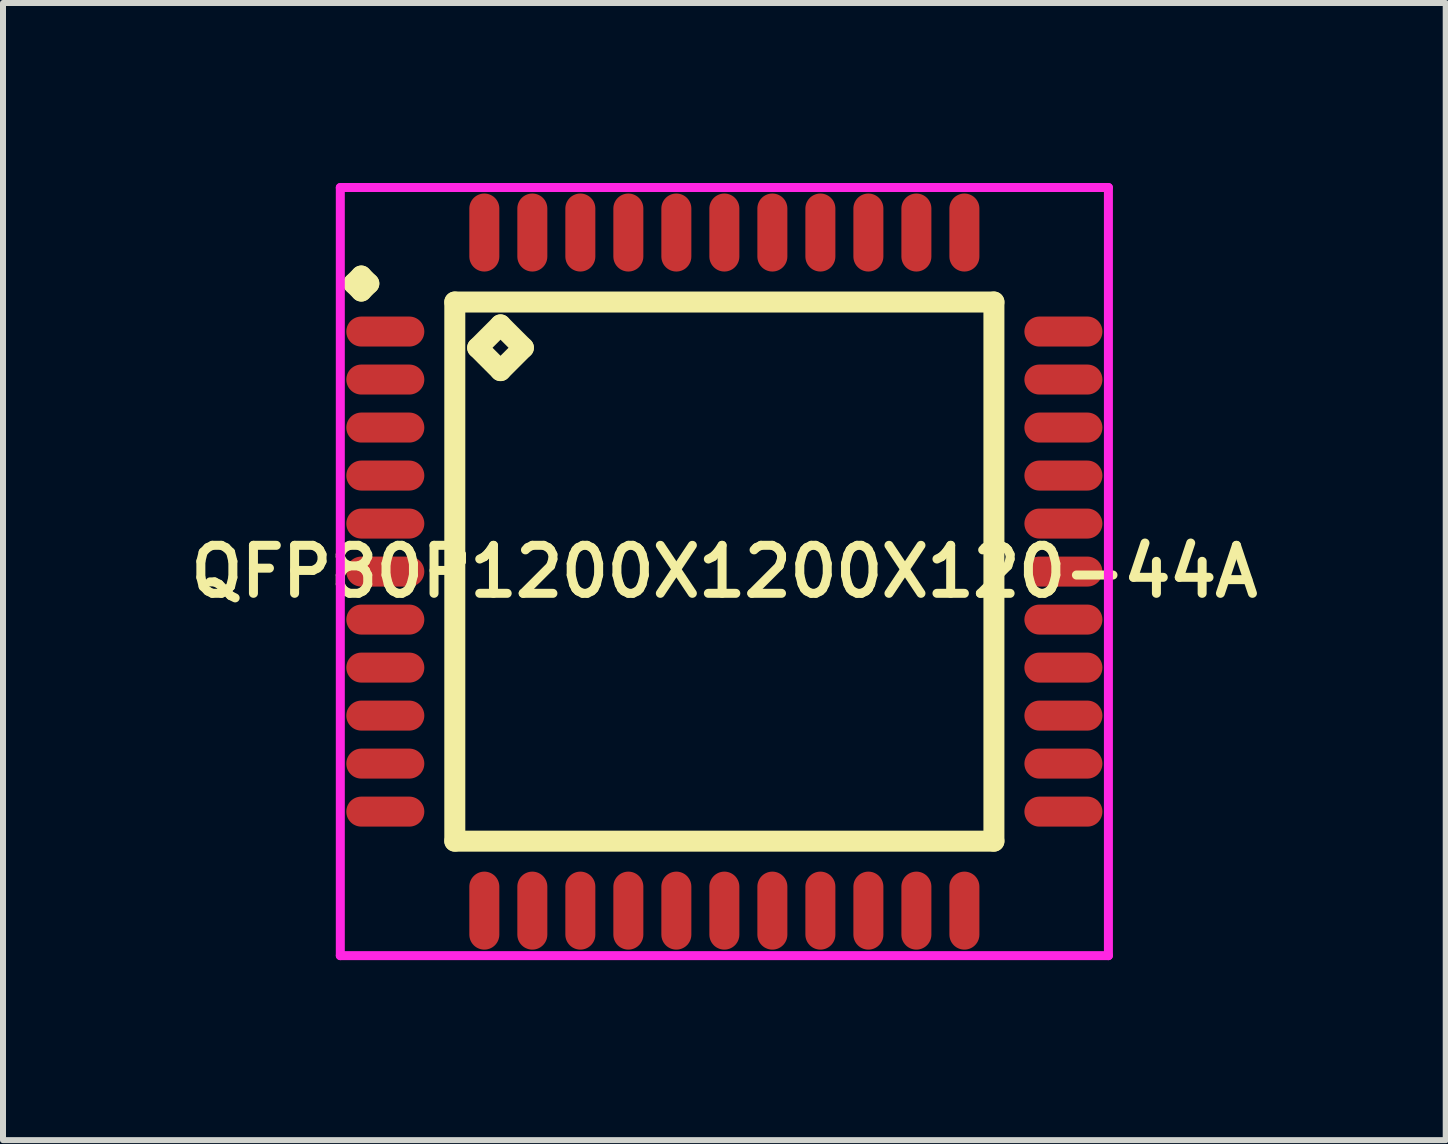
<source format=kicad_pcb>
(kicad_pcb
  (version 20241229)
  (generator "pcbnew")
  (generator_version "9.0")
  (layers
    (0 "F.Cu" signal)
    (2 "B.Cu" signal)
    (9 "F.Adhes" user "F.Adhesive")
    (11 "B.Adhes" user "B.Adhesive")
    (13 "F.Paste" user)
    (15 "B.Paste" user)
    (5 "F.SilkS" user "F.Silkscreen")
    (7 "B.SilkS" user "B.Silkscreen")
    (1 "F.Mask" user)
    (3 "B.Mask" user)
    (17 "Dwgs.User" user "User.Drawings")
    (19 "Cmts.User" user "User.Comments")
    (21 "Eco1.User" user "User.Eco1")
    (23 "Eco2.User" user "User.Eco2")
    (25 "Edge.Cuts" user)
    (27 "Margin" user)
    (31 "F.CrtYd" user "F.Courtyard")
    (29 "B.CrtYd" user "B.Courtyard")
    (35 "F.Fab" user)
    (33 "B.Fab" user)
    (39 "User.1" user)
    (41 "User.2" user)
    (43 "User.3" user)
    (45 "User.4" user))
  (footprint "QFP80P1200X1200X120-44A"
    (layer "F.Cu")
    (at 9.021 6.475)
    (property "Reference" "QFP80P1200X1200X120-44A" (at 0 0 0) (layer "F.SilkS") (effects (font (size 0.8 0.8) (thickness 0.15))))
    (attr smd)
    (fp_line (start -6.175 -4.8) (end -6.05 -4.925) (stroke (width 0.35) (type solid)) (layer "F.SilkS"))
    (fp_line (start -6.05 -4.925) (end -5.925 -4.8) (stroke (width 0.35) (type solid)) (layer "F.SilkS"))
    (fp_line (start -6.05 -4.675) (end -6.175 -4.8) (stroke (width 0.35) (type solid)) (layer "F.SilkS"))
    (fp_line (start -5.925 -4.8) (end -6.05 -4.675) (stroke (width 0.35) (type solid)) (layer "F.SilkS"))
    (fp_line (start -4.492 -4.492) (end -4.492 4.492) (stroke (width 0.35) (type solid)) (layer "F.SilkS"))
    (fp_line (start -4.492 4.492) (end 4.492 4.492) (stroke (width 0.35) (type solid)) (layer "F.SilkS"))
    (fp_line (start -4.111 -3.73) (end -3.73 -4.111) (stroke (width 0.35) (type solid)) (layer "F.SilkS"))
    (fp_line (start -3.73 -4.111) (end -3.349 -3.73) (stroke (width 0.35) (type solid)) (layer "F.SilkS"))
    (fp_line (start -3.73 -3.349) (end -4.111 -3.73) (stroke (width 0.35) (type solid)) (layer "F.SilkS"))
    (fp_line (start -3.349 -3.73) (end -3.73 -3.349) (stroke (width 0.35) (type solid)) (layer "F.SilkS"))
    (fp_line (start 4.492 -4.492) (end -4.492 -4.492) (stroke (width 0.35) (type solid)) (layer "F.SilkS"))
    (fp_line (start 4.492 4.492) (end 4.492 -4.492) (stroke (width 0.35) (type solid)) (layer "F.SilkS"))
    (fp_line (start -6.4 -6.4) (end 6.4 -6.4) (stroke (width 0.15) (type solid)) (layer "F.CrtYd"))
    (fp_line (start -6.4 6.4) (end -6.4 -6.4) (stroke (width 0.15) (type solid)) (layer "F.CrtYd"))
    (fp_line (start 6.4 -6.4) (end 6.4 6.4) (stroke (width 0.15) (type solid)) (layer "F.CrtYd"))
    (fp_line (start 6.4 6.4) (end -6.4 6.4) (stroke (width 0.15) (type solid)) (layer "F.CrtYd"))
    (pad "1" smd oval (at -5.65 -4) (size 1.3 0.5) (layers "F.Cu" "F.Mask" "F.Paste"))
    (pad "2" smd oval (at -5.65 -3.2) (size 1.3 0.5) (layers "F.Cu" "F.Mask" "F.Paste"))
    (pad "3" smd oval (at -5.65 -2.4) (size 1.3 0.5) (layers "F.Cu" "F.Mask" "F.Paste"))
    (pad "4" smd oval (at -5.65 -1.6) (size 1.3 0.5) (layers "F.Cu" "F.Mask" "F.Paste"))
    (pad "5" smd oval (at -5.65 -0.8) (size 1.3 0.5) (layers "F.Cu" "F.Mask" "F.Paste"))
    (pad "6" smd oval (at -5.65 0) (size 1.3 0.5) (layers "F.Cu" "F.Mask" "F.Paste"))
    (pad "7" smd oval (at -5.65 0.8) (size 1.3 0.5) (layers "F.Cu" "F.Mask" "F.Paste"))
    (pad "8" smd oval (at -5.65 1.6) (size 1.3 0.5) (layers "F.Cu" "F.Mask" "F.Paste"))
    (pad "9" smd oval (at -5.65 2.4) (size 1.3 0.5) (layers "F.Cu" "F.Mask" "F.Paste"))
    (pad "10" smd oval (at -5.65 3.2) (size 1.3 0.5) (layers "F.Cu" "F.Mask" "F.Paste"))
    (pad "11" smd oval (at -5.65 4) (size 1.3 0.5) (layers "F.Cu" "F.Mask" "F.Paste"))
    (pad "12" smd oval (at -4 5.65) (size 0.5 1.3) (layers "F.Cu" "F.Mask" "F.Paste"))
    (pad "13" smd oval (at -3.2 5.65) (size 0.5 1.3) (layers "F.Cu" "F.Mask" "F.Paste"))
    (pad "14" smd oval (at -2.4 5.65) (size 0.5 1.3) (layers "F.Cu" "F.Mask" "F.Paste"))
    (pad "15" smd oval (at -1.6 5.65) (size 0.5 1.3) (layers "F.Cu" "F.Mask" "F.Paste"))
    (pad "16" smd oval (at -0.8 5.65) (size 0.5 1.3) (layers "F.Cu" "F.Mask" "F.Paste"))
    (pad "17" smd oval (at 0 5.65) (size 0.5 1.3) (layers "F.Cu" "F.Mask" "F.Paste"))
    (pad "18" smd oval (at 0.8 5.65) (size 0.5 1.3) (layers "F.Cu" "F.Mask" "F.Paste"))
    (pad "19" smd oval (at 1.6 5.65) (size 0.5 1.3) (layers "F.Cu" "F.Mask" "F.Paste"))
    (pad "20" smd oval (at 2.4 5.65) (size 0.5 1.3) (layers "F.Cu" "F.Mask" "F.Paste"))
    (pad "21" smd oval (at 3.2 5.65) (size 0.5 1.3) (layers "F.Cu" "F.Mask" "F.Paste"))
    (pad "22" smd oval (at 4 5.65) (size 0.5 1.3) (layers "F.Cu" "F.Mask" "F.Paste"))
    (pad "23" smd oval (at 5.65 4) (size 1.3 0.5) (layers "F.Cu" "F.Mask" "F.Paste"))
    (pad "24" smd oval (at 5.65 3.2) (size 1.3 0.5) (layers "F.Cu" "F.Mask" "F.Paste"))
    (pad "25" smd oval (at 5.65 2.4) (size 1.3 0.5) (layers "F.Cu" "F.Mask" "F.Paste"))
    (pad "26" smd oval (at 5.65 1.6) (size 1.3 0.5) (layers "F.Cu" "F.Mask" "F.Paste"))
    (pad "27" smd oval (at 5.65 0.8) (size 1.3 0.5) (layers "F.Cu" "F.Mask" "F.Paste"))
    (pad "28" smd oval (at 5.65 0) (size 1.3 0.5) (layers "F.Cu" "F.Mask" "F.Paste"))
    (pad "29" smd oval (at 5.65 -0.8) (size 1.3 0.5) (layers "F.Cu" "F.Mask" "F.Paste"))
    (pad "30" smd oval (at 5.65 -1.6) (size 1.3 0.5) (layers "F.Cu" "F.Mask" "F.Paste"))
    (pad "31" smd oval (at 5.65 -2.4) (size 1.3 0.5) (layers "F.Cu" "F.Mask" "F.Paste"))
    (pad "32" smd oval (at 5.65 -3.2) (size 1.3 0.5) (layers "F.Cu" "F.Mask" "F.Paste"))
    (pad "33" smd oval (at 5.65 -4) (size 1.3 0.5) (layers "F.Cu" "F.Mask" "F.Paste"))
    (pad "34" smd oval (at 4 -5.65) (size 0.5 1.3) (layers "F.Cu" "F.Mask" "F.Paste"))
    (pad "35" smd oval (at 3.2 -5.65) (size 0.5 1.3) (layers "F.Cu" "F.Mask" "F.Paste"))
    (pad "36" smd oval (at 2.4 -5.65) (size 0.5 1.3) (layers "F.Cu" "F.Mask" "F.Paste"))
    (pad "37" smd oval (at 1.6 -5.65) (size 0.5 1.3) (layers "F.Cu" "F.Mask" "F.Paste"))
    (pad "38" smd oval (at 0.8 -5.65) (size 0.5 1.3) (layers "F.Cu" "F.Mask" "F.Paste"))
    (pad "39" smd oval (at 0 -5.65) (size 0.5 1.3) (layers "F.Cu" "F.Mask" "F.Paste"))
    (pad "40" smd oval (at -0.8 -5.65) (size 0.5 1.3) (layers "F.Cu" "F.Mask" "F.Paste"))
    (pad "41" smd oval (at -1.6 -5.65) (size 0.5 1.3) (layers "F.Cu" "F.Mask" "F.Paste"))
    (pad "42" smd oval (at -2.4 -5.65) (size 0.5 1.3) (layers "F.Cu" "F.Mask" "F.Paste"))
    (pad "43" smd oval (at -3.2 -5.65) (size 0.5 1.3) (layers "F.Cu" "F.Mask" "F.Paste"))
    (pad "44" smd oval (at -4 -5.65) (size 0.5 1.3) (layers "F.Cu" "F.Mask" "F.Paste")))
  (gr_rect
    (start -3 -3)
    (end 21.042 15.95)
    (stroke (width 0.1) (type default))
    (fill no)
    (layer "Edge.Cuts")))
</source>
